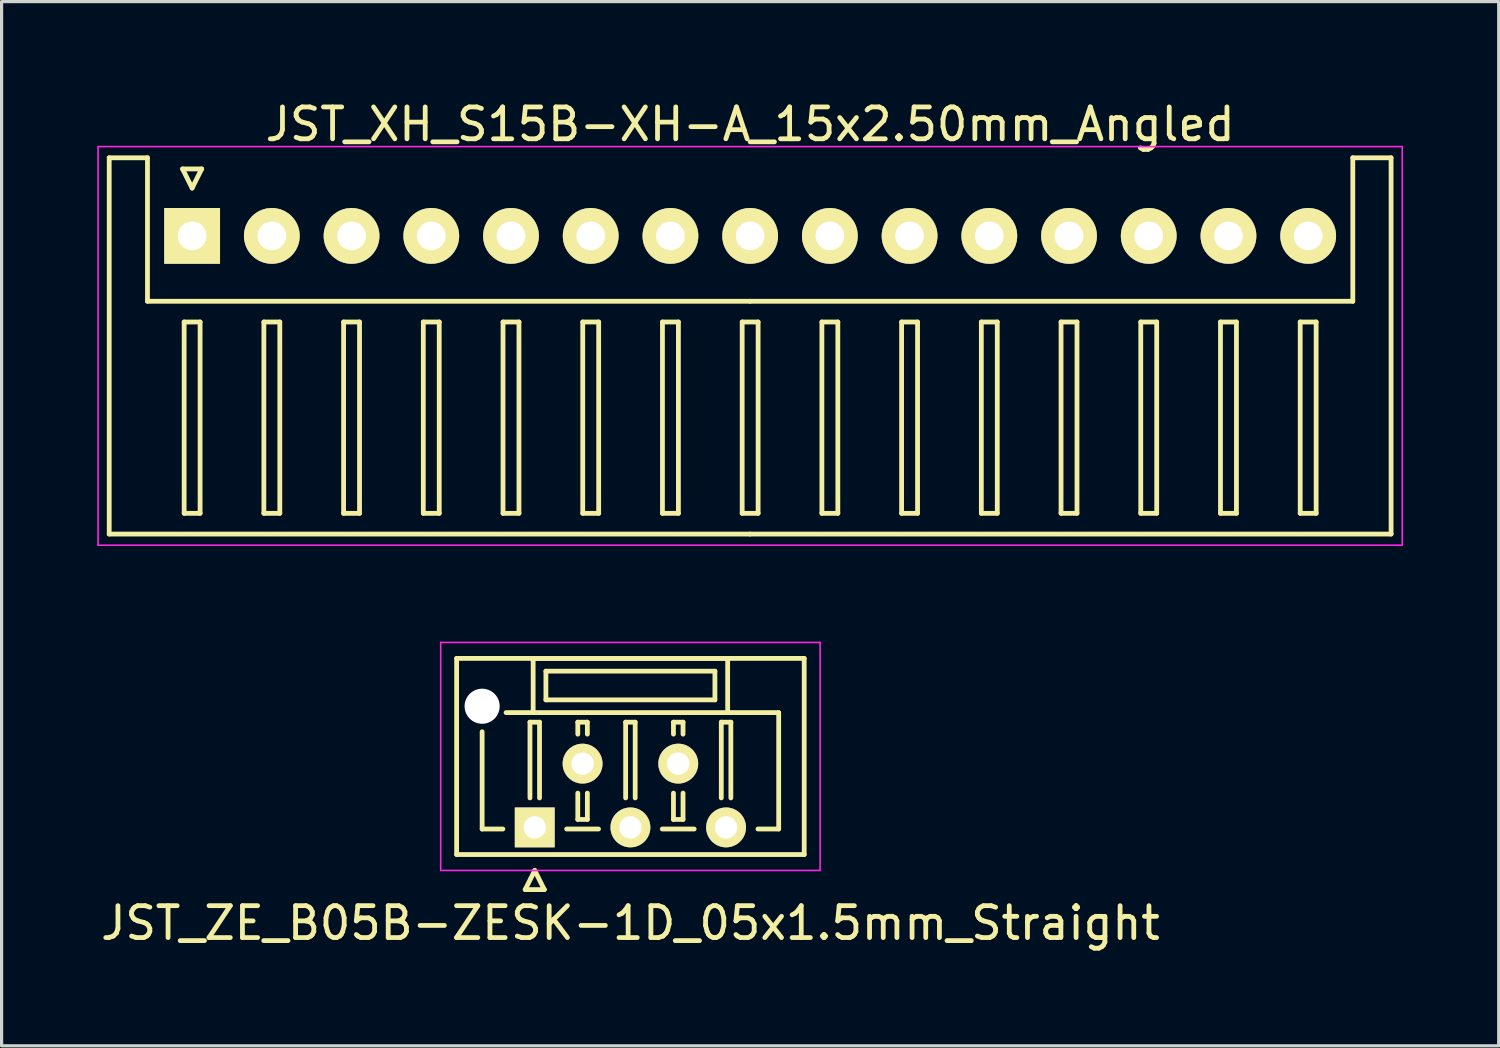
<source format=kicad_pcb>
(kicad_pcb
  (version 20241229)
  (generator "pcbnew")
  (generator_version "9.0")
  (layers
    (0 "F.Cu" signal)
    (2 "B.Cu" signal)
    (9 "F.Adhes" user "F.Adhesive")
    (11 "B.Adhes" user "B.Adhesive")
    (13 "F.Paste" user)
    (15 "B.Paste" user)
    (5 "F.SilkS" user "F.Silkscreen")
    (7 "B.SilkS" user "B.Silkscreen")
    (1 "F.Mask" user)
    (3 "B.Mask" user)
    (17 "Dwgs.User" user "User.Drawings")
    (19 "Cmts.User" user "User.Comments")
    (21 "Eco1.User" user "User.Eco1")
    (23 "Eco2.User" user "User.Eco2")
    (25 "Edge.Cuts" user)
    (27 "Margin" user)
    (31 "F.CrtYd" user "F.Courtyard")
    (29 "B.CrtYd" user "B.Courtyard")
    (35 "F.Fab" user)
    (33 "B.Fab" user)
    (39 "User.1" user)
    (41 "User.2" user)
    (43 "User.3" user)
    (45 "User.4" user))
  (footprint "JST_ZE_B05B-ZESK-1D_05x1.5mm_Straight"
    (layer "F.Cu")
    (at 13.72 22.898)
    (property "Reference" "JST_ZE_B05B-ZESK-1D_05x1.5mm_Straight" (at 3 3 0) (layer "F.SilkS") (effects (font (size 1 1) (thickness 0.15))))
    (attr through_hole)
    (fp_line (start -2.45 -5.3) (end -2.45 0.85) (stroke (width 0.15) (type solid)) (layer "F.SilkS"))
    (fp_line (start -2.45 0.85) (end 8.45 0.85) (stroke (width 0.15) (type solid)) (layer "F.SilkS"))
    (fp_line (start -1.65 -3) (end -1.65 0.05) (stroke (width 0.15) (type solid)) (layer "F.SilkS"))
    (fp_line (start -1.65 0.05) (end -1 0.05) (stroke (width 0.15) (type solid)) (layer "F.SilkS"))
    (fp_line (start -0.3 1.95) (end 0 1.35) (stroke (width 0.15) (type solid)) (layer "F.SilkS"))
    (fp_line (start -0.15 -3.3) (end 0.15 -3.3) (stroke (width 0.15) (type solid)) (layer "F.SilkS"))
    (fp_line (start -0.15 -0.925) (end -0.15 -3.3) (stroke (width 0.15) (type solid)) (layer "F.SilkS"))
    (fp_line (start -0.05 -5.3) (end -0.05 -3.6) (stroke (width 0.15) (type solid)) (layer "F.SilkS"))
    (fp_line (start -0.05 -3.6) (end -0.9 -3.6) (stroke (width 0.15) (type solid)) (layer "F.SilkS"))
    (fp_line (start -0.05 -3.6) (end 6.05 -3.6) (stroke (width 0.15) (type solid)) (layer "F.SilkS"))
    (fp_line (start 0 1.35) (end 0.3 1.95) (stroke (width 0.15) (type solid)) (layer "F.SilkS"))
    (fp_line (start 0.15 -3.3) (end 0.15 -0.925) (stroke (width 0.15) (type solid)) (layer "F.SilkS"))
    (fp_line (start 0.3 1.95) (end -0.3 1.95) (stroke (width 0.15) (type solid)) (layer "F.SilkS"))
    (fp_line (start 0.35 -4.9) (end 0.35 -4) (stroke (width 0.15) (type solid)) (layer "F.SilkS"))
    (fp_line (start 0.35 -4) (end 5.65 -4) (stroke (width 0.15) (type solid)) (layer "F.SilkS"))
    (fp_line (start 1 0.05) (end 2 0.05) (stroke (width 0.15) (type solid)) (layer "F.SilkS"))
    (fp_line (start 1.35 -3.3) (end 1.65 -3.3) (stroke (width 0.15) (type solid)) (layer "F.SilkS"))
    (fp_line (start 1.35 -2.925) (end 1.35 -3.3) (stroke (width 0.15) (type solid)) (layer "F.SilkS"))
    (fp_line (start 1.35 -1.075) (end 1.35 -0.25) (stroke (width 0.15) (type solid)) (layer "F.SilkS"))
    (fp_line (start 1.35 -0.25) (end 1.65 -0.25) (stroke (width 0.15) (type solid)) (layer "F.SilkS"))
    (fp_line (start 1.65 -3.3) (end 1.65 -2.925) (stroke (width 0.15) (type solid)) (layer "F.SilkS"))
    (fp_line (start 1.65 -0.25) (end 1.65 -1.075) (stroke (width 0.15) (type solid)) (layer "F.SilkS"))
    (fp_line (start 2.85 -3.3) (end 3.15 -3.3) (stroke (width 0.15) (type solid)) (layer "F.SilkS"))
    (fp_line (start 2.85 -0.925) (end 2.85 -3.3) (stroke (width 0.15) (type solid)) (layer "F.SilkS"))
    (fp_line (start 3.15 -3.3) (end 3.15 -0.925) (stroke (width 0.15) (type solid)) (layer "F.SilkS"))
    (fp_line (start 4 0.05) (end 5 0.05) (stroke (width 0.15) (type solid)) (layer "F.SilkS"))
    (fp_line (start 4.35 -3.3) (end 4.65 -3.3) (stroke (width 0.15) (type solid)) (layer "F.SilkS"))
    (fp_line (start 4.35 -2.925) (end 4.35 -3.3) (stroke (width 0.15) (type solid)) (layer "F.SilkS"))
    (fp_line (start 4.35 -1.075) (end 4.35 -0.25) (stroke (width 0.15) (type solid)) (layer "F.SilkS"))
    (fp_line (start 4.35 -0.25) (end 4.65 -0.25) (stroke (width 0.15) (type solid)) (layer "F.SilkS"))
    (fp_line (start 4.65 -3.3) (end 4.65 -2.925) (stroke (width 0.15) (type solid)) (layer "F.SilkS"))
    (fp_line (start 4.65 -0.25) (end 4.65 -1.075) (stroke (width 0.15) (type solid)) (layer "F.SilkS"))
    (fp_line (start 5.65 -4.9) (end 0.35 -4.9) (stroke (width 0.15) (type solid)) (layer "F.SilkS"))
    (fp_line (start 5.65 -4) (end 5.65 -4.9) (stroke (width 0.15) (type solid)) (layer "F.SilkS"))
    (fp_line (start 5.85 -3.3) (end 6.15 -3.3) (stroke (width 0.15) (type solid)) (layer "F.SilkS"))
    (fp_line (start 5.85 -0.925) (end 5.85 -3.3) (stroke (width 0.15) (type solid)) (layer "F.SilkS"))
    (fp_line (start 6.05 -5.3) (end -0.05 -5.3) (stroke (width 0.15) (type solid)) (layer "F.SilkS"))
    (fp_line (start 6.05 -3.6) (end 6.05 -5.3) (stroke (width 0.15) (type solid)) (layer "F.SilkS"))
    (fp_line (start 6.05 -3.6) (end 7.65 -3.6) (stroke (width 0.15) (type solid)) (layer "F.SilkS"))
    (fp_line (start 6.15 -3.3) (end 6.15 -0.925) (stroke (width 0.15) (type solid)) (layer "F.SilkS"))
    (fp_line (start 7.65 -3.6) (end 7.65 0.05) (stroke (width 0.15) (type solid)) (layer "F.SilkS"))
    (fp_line (start 7.65 0.05) (end 7 0.05) (stroke (width 0.15) (type solid)) (layer "F.SilkS"))
    (fp_line (start 8.45 -5.3) (end -2.45 -5.3) (stroke (width 0.15) (type solid)) (layer "F.SilkS"))
    (fp_line (start 8.45 0.85) (end 8.45 -5.3) (stroke (width 0.15) (type solid)) (layer "F.SilkS"))
    (fp_line (start -2.95 -5.8) (end -2.95 1.35) (stroke (width 0.05) (type solid)) (layer "F.CrtYd"))
    (fp_line (start -2.95 1.35) (end 8.95 1.35) (stroke (width 0.05) (type solid)) (layer "F.CrtYd"))
    (fp_line (start 8.95 -5.8) (end -2.95 -5.8) (stroke (width 0.05) (type solid)) (layer "F.CrtYd"))
    (fp_line (start 8.95 1.35) (end 8.95 -5.8) (stroke (width 0.05) (type solid)) (layer "F.CrtYd"))
    (pad "" np_thru_hole circle (at -1.65 -3.8) (size 1.1 1.1) (drill 1.1) (layers "*.Cu"))
    (pad "1" thru_hole rect (at 0 0) (size 1.25 1.25) (drill 0.7) (layers "*.Cu" "*.Mask" "F.SilkS"))
    (pad "2" thru_hole circle (at 1.5 -2) (size 1.25 1.25) (drill 0.7) (layers "*.Cu" "*.Mask" "F.SilkS"))
    (pad "3" thru_hole circle (at 3 0) (size 1.25 1.25) (drill 0.7) (layers "*.Cu" "*.Mask" "F.SilkS"))
    (pad "4" thru_hole circle (at 4.5 -2) (size 1.25 1.25) (drill 0.7) (layers "*.Cu" "*.Mask" "F.SilkS"))
    (pad "5" thru_hole circle (at 6 0) (size 1.25 1.25) (drill 0.7) (layers "*.Cu" "*.Mask" "F.SilkS")))
  (footprint "JST_XH_S15B-XH-A_15x2.50mm_Angled"
    (layer "F.Cu")
    (at 2.975 4.348)
    (property "Reference" "JST_XH_S15B-XH-A_15x2.50mm_Angled" (at 17.5 -3.5 0) (layer "F.SilkS") (effects (font (size 1 1) (thickness 0.15))))
    (attr through_hole)
    (fp_line (start -2.6 -2.45) (end -1.4 -2.45) (stroke (width 0.15) (type solid)) (layer "F.SilkS"))
    (fp_line (start -2.6 9.35) (end -2.6 -2.45) (stroke (width 0.15) (type solid)) (layer "F.SilkS"))
    (fp_line (start -1.4 -2.45) (end -1.4 2.05) (stroke (width 0.15) (type solid)) (layer "F.SilkS"))
    (fp_line (start -1.4 2.05) (end 17.5 2.05) (stroke (width 0.15) (type solid)) (layer "F.SilkS"))
    (fp_line (start -0.3 -2.1) (end 0.3 -2.1) (stroke (width 0.15) (type solid)) (layer "F.SilkS"))
    (fp_line (start -0.25 2.7) (end -0.25 8.7) (stroke (width 0.15) (type solid)) (layer "F.SilkS"))
    (fp_line (start -0.25 8.7) (end 0.25 8.7) (stroke (width 0.15) (type solid)) (layer "F.SilkS"))
    (fp_line (start 0 -1.5) (end -0.3 -2.1) (stroke (width 0.15) (type solid)) (layer "F.SilkS"))
    (fp_line (start 0.25 2.7) (end -0.25 2.7) (stroke (width 0.15) (type solid)) (layer "F.SilkS"))
    (fp_line (start 0.25 8.7) (end 0.25 2.7) (stroke (width 0.15) (type solid)) (layer "F.SilkS"))
    (fp_line (start 0.3 -2.1) (end 0 -1.5) (stroke (width 0.15) (type solid)) (layer "F.SilkS"))
    (fp_line (start 2.25 2.7) (end 2.25 8.7) (stroke (width 0.15) (type solid)) (layer "F.SilkS"))
    (fp_line (start 2.25 8.7) (end 2.75 8.7) (stroke (width 0.15) (type solid)) (layer "F.SilkS"))
    (fp_line (start 2.75 2.7) (end 2.25 2.7) (stroke (width 0.15) (type solid)) (layer "F.SilkS"))
    (fp_line (start 2.75 8.7) (end 2.75 2.7) (stroke (width 0.15) (type solid)) (layer "F.SilkS"))
    (fp_line (start 4.75 2.7) (end 4.75 8.7) (stroke (width 0.15) (type solid)) (layer "F.SilkS"))
    (fp_line (start 4.75 8.7) (end 5.25 8.7) (stroke (width 0.15) (type solid)) (layer "F.SilkS"))
    (fp_line (start 5.25 2.7) (end 4.75 2.7) (stroke (width 0.15) (type solid)) (layer "F.SilkS"))
    (fp_line (start 5.25 8.7) (end 5.25 2.7) (stroke (width 0.15) (type solid)) (layer "F.SilkS"))
    (fp_line (start 7.25 2.7) (end 7.25 8.7) (stroke (width 0.15) (type solid)) (layer "F.SilkS"))
    (fp_line (start 7.25 8.7) (end 7.75 8.7) (stroke (width 0.15) (type solid)) (layer "F.SilkS"))
    (fp_line (start 7.75 2.7) (end 7.25 2.7) (stroke (width 0.15) (type solid)) (layer "F.SilkS"))
    (fp_line (start 7.75 8.7) (end 7.75 2.7) (stroke (width 0.15) (type solid)) (layer "F.SilkS"))
    (fp_line (start 9.75 2.7) (end 9.75 8.7) (stroke (width 0.15) (type solid)) (layer "F.SilkS"))
    (fp_line (start 9.75 8.7) (end 10.25 8.7) (stroke (width 0.15) (type solid)) (layer "F.SilkS"))
    (fp_line (start 10.25 2.7) (end 9.75 2.7) (stroke (width 0.15) (type solid)) (layer "F.SilkS"))
    (fp_line (start 10.25 8.7) (end 10.25 2.7) (stroke (width 0.15) (type solid)) (layer "F.SilkS"))
    (fp_line (start 12.25 2.7) (end 12.25 8.7) (stroke (width 0.15) (type solid)) (layer "F.SilkS"))
    (fp_line (start 12.25 8.7) (end 12.75 8.7) (stroke (width 0.15) (type solid)) (layer "F.SilkS"))
    (fp_line (start 12.75 2.7) (end 12.25 2.7) (stroke (width 0.15) (type solid)) (layer "F.SilkS"))
    (fp_line (start 12.75 8.7) (end 12.75 2.7) (stroke (width 0.15) (type solid)) (layer "F.SilkS"))
    (fp_line (start 14.75 2.7) (end 14.75 8.7) (stroke (width 0.15) (type solid)) (layer "F.SilkS"))
    (fp_line (start 14.75 8.7) (end 15.25 8.7) (stroke (width 0.15) (type solid)) (layer "F.SilkS"))
    (fp_line (start 15.25 2.7) (end 14.75 2.7) (stroke (width 0.15) (type solid)) (layer "F.SilkS"))
    (fp_line (start 15.25 8.7) (end 15.25 2.7) (stroke (width 0.15) (type solid)) (layer "F.SilkS"))
    (fp_line (start 17.25 2.7) (end 17.25 8.7) (stroke (width 0.15) (type solid)) (layer "F.SilkS"))
    (fp_line (start 17.25 8.7) (end 17.75 8.7) (stroke (width 0.15) (type solid)) (layer "F.SilkS"))
    (fp_line (start 17.5 9.35) (end -2.6 9.35) (stroke (width 0.15) (type solid)) (layer "F.SilkS"))
    (fp_line (start 17.5 9.35) (end 37.6 9.35) (stroke (width 0.15) (type solid)) (layer "F.SilkS"))
    (fp_line (start 17.75 2.7) (end 17.25 2.7) (stroke (width 0.15) (type solid)) (layer "F.SilkS"))
    (fp_line (start 17.75 8.7) (end 17.75 2.7) (stroke (width 0.15) (type solid)) (layer "F.SilkS"))
    (fp_line (start 19.75 2.7) (end 19.75 8.7) (stroke (width 0.15) (type solid)) (layer "F.SilkS"))
    (fp_line (start 19.75 8.7) (end 20.25 8.7) (stroke (width 0.15) (type solid)) (layer "F.SilkS"))
    (fp_line (start 20.25 2.7) (end 19.75 2.7) (stroke (width 0.15) (type solid)) (layer "F.SilkS"))
    (fp_line (start 20.25 8.7) (end 20.25 2.7) (stroke (width 0.15) (type solid)) (layer "F.SilkS"))
    (fp_line (start 22.25 2.7) (end 22.25 8.7) (stroke (width 0.15) (type solid)) (layer "F.SilkS"))
    (fp_line (start 22.25 8.7) (end 22.75 8.7) (stroke (width 0.15) (type solid)) (layer "F.SilkS"))
    (fp_line (start 22.75 2.7) (end 22.25 2.7) (stroke (width 0.15) (type solid)) (layer "F.SilkS"))
    (fp_line (start 22.75 8.7) (end 22.75 2.7) (stroke (width 0.15) (type solid)) (layer "F.SilkS"))
    (fp_line (start 24.75 2.7) (end 24.75 8.7) (stroke (width 0.15) (type solid)) (layer "F.SilkS"))
    (fp_line (start 24.75 8.7) (end 25.25 8.7) (stroke (width 0.15) (type solid)) (layer "F.SilkS"))
    (fp_line (start 25.25 2.7) (end 24.75 2.7) (stroke (width 0.15) (type solid)) (layer "F.SilkS"))
    (fp_line (start 25.25 8.7) (end 25.25 2.7) (stroke (width 0.15) (type solid)) (layer "F.SilkS"))
    (fp_line (start 27.25 2.7) (end 27.25 8.7) (stroke (width 0.15) (type solid)) (layer "F.SilkS"))
    (fp_line (start 27.25 8.7) (end 27.75 8.7) (stroke (width 0.15) (type solid)) (layer "F.SilkS"))
    (fp_line (start 27.75 2.7) (end 27.25 2.7) (stroke (width 0.15) (type solid)) (layer "F.SilkS"))
    (fp_line (start 27.75 8.7) (end 27.75 2.7) (stroke (width 0.15) (type solid)) (layer "F.SilkS"))
    (fp_line (start 29.75 2.7) (end 29.75 8.7) (stroke (width 0.15) (type solid)) (layer "F.SilkS"))
    (fp_line (start 29.75 8.7) (end 30.25 8.7) (stroke (width 0.15) (type solid)) (layer "F.SilkS"))
    (fp_line (start 30.25 2.7) (end 29.75 2.7) (stroke (width 0.15) (type solid)) (layer "F.SilkS"))
    (fp_line (start 30.25 8.7) (end 30.25 2.7) (stroke (width 0.15) (type solid)) (layer "F.SilkS"))
    (fp_line (start 32.25 2.7) (end 32.25 8.7) (stroke (width 0.15) (type solid)) (layer "F.SilkS"))
    (fp_line (start 32.25 8.7) (end 32.75 8.7) (stroke (width 0.15) (type solid)) (layer "F.SilkS"))
    (fp_line (start 32.75 2.7) (end 32.25 2.7) (stroke (width 0.15) (type solid)) (layer "F.SilkS"))
    (fp_line (start 32.75 8.7) (end 32.75 2.7) (stroke (width 0.15) (type solid)) (layer "F.SilkS"))
    (fp_line (start 34.75 2.7) (end 34.75 8.7) (stroke (width 0.15) (type solid)) (layer "F.SilkS"))
    (fp_line (start 34.75 8.7) (end 35.25 8.7) (stroke (width 0.15) (type solid)) (layer "F.SilkS"))
    (fp_line (start 35.25 2.7) (end 34.75 2.7) (stroke (width 0.15) (type solid)) (layer "F.SilkS"))
    (fp_line (start 35.25 8.7) (end 35.25 2.7) (stroke (width 0.15) (type solid)) (layer "F.SilkS"))
    (fp_line (start 36.4 -2.45) (end 36.4 2.05) (stroke (width 0.15) (type solid)) (layer "F.SilkS"))
    (fp_line (start 36.4 2.05) (end 17.5 2.05) (stroke (width 0.15) (type solid)) (layer "F.SilkS"))
    (fp_line (start 37.6 -2.45) (end 36.4 -2.45) (stroke (width 0.15) (type solid)) (layer "F.SilkS"))
    (fp_line (start 37.6 9.35) (end 37.6 -2.45) (stroke (width 0.15) (type solid)) (layer "F.SilkS"))
    (fp_line (start -2.95 -2.8) (end -2.95 9.7) (stroke (width 0.05) (type solid)) (layer "F.CrtYd"))
    (fp_line (start -2.95 9.7) (end 37.95 9.7) (stroke (width 0.05) (type solid)) (layer "F.CrtYd"))
    (fp_line (start 37.95 -2.8) (end -2.95 -2.8) (stroke (width 0.05) (type solid)) (layer "F.CrtYd"))
    (fp_line (start 37.95 9.7) (end 37.95 -2.8) (stroke (width 0.05) (type solid)) (layer "F.CrtYd"))
    (pad "1" thru_hole rect (at 0 0) (size 1.75 1.75) (drill 0.9) (layers "*.Cu" "*.Mask" "F.SilkS"))
    (pad "2" thru_hole circle (at 2.5 0) (size 1.75 1.75) (drill 0.9) (layers "*.Cu" "*.Mask" "F.SilkS"))
    (pad "3" thru_hole circle (at 5 0) (size 1.75 1.75) (drill 0.9) (layers "*.Cu" "*.Mask" "F.SilkS"))
    (pad "4" thru_hole circle (at 7.5 0) (size 1.75 1.75) (drill 0.9) (layers "*.Cu" "*.Mask" "F.SilkS"))
    (pad "5" thru_hole circle (at 10 0) (size 1.75 1.75) (drill 0.9) (layers "*.Cu" "*.Mask" "F.SilkS"))
    (pad "6" thru_hole circle (at 12.5 0) (size 1.75 1.75) (drill 0.9) (layers "*.Cu" "*.Mask" "F.SilkS"))
    (pad "7" thru_hole circle (at 15 0) (size 1.75 1.75) (drill 0.9) (layers "*.Cu" "*.Mask" "F.SilkS"))
    (pad "8" thru_hole circle (at 17.5 0) (size 1.75 1.75) (drill 0.9) (layers "*.Cu" "*.Mask" "F.SilkS"))
    (pad "9" thru_hole circle (at 20 0) (size 1.75 1.75) (drill 0.9) (layers "*.Cu" "*.Mask" "F.SilkS"))
    (pad "10" thru_hole circle (at 22.5 0) (size 1.75 1.75) (drill 0.9) (layers "*.Cu" "*.Mask" "F.SilkS"))
    (pad "11" thru_hole circle (at 25 0) (size 1.75 1.75) (drill 0.9) (layers "*.Cu" "*.Mask" "F.SilkS"))
    (pad "12" thru_hole circle (at 27.5 0) (size 1.75 1.75) (drill 0.9) (layers "*.Cu" "*.Mask" "F.SilkS"))
    (pad "13" thru_hole circle (at 30 0) (size 1.75 1.75) (drill 0.9) (layers "*.Cu" "*.Mask" "F.SilkS"))
    (pad "14" thru_hole circle (at 32.5 0) (size 1.75 1.75) (drill 0.9) (layers "*.Cu" "*.Mask" "F.SilkS"))
    (pad "15" thru_hole circle (at 35 0) (size 1.75 1.75) (drill 0.9) (layers "*.Cu" "*.Mask" "F.SilkS")))
  (gr_rect
    (start -3 -3)
    (end 43.95 29.747)
    (stroke (width 0.1) (type default))
    (fill no)
    (layer "Edge.Cuts")))
</source>
